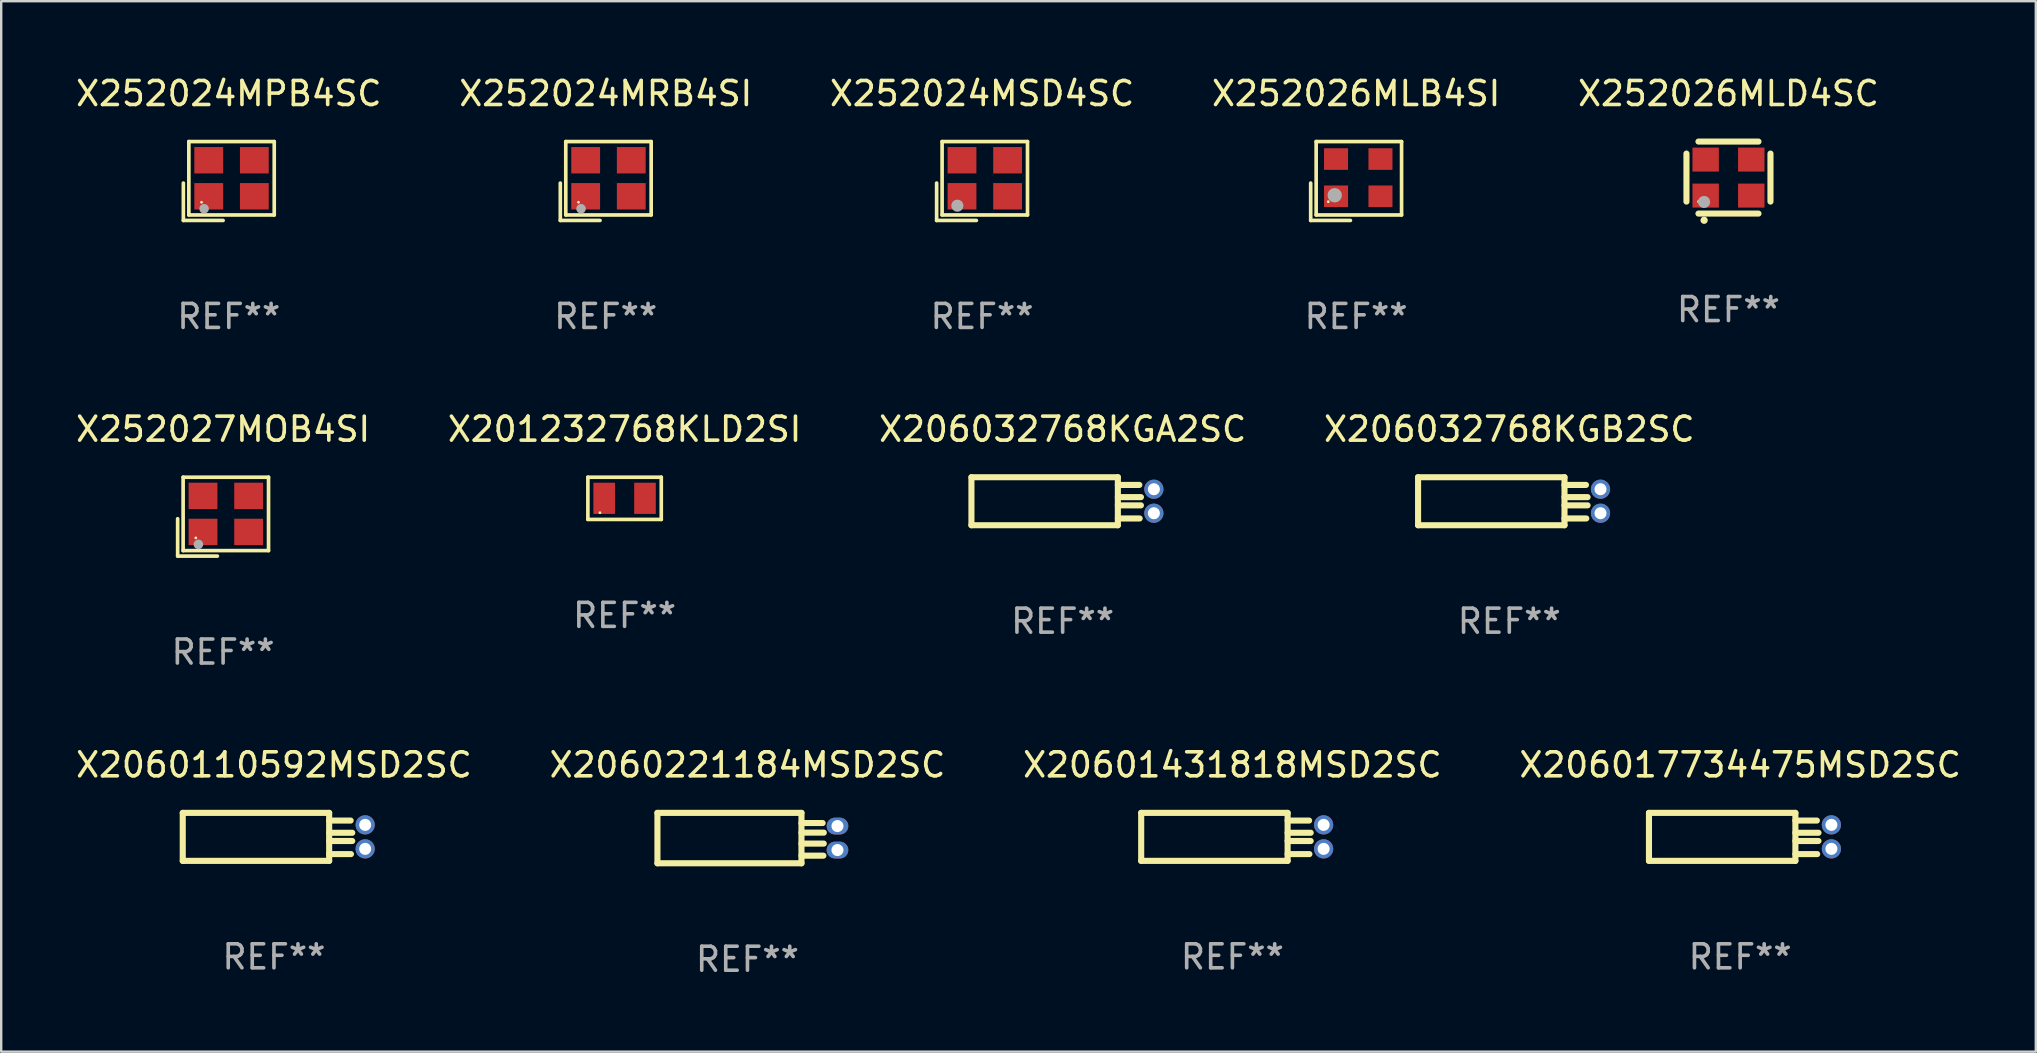
<source format=kicad_pcb>
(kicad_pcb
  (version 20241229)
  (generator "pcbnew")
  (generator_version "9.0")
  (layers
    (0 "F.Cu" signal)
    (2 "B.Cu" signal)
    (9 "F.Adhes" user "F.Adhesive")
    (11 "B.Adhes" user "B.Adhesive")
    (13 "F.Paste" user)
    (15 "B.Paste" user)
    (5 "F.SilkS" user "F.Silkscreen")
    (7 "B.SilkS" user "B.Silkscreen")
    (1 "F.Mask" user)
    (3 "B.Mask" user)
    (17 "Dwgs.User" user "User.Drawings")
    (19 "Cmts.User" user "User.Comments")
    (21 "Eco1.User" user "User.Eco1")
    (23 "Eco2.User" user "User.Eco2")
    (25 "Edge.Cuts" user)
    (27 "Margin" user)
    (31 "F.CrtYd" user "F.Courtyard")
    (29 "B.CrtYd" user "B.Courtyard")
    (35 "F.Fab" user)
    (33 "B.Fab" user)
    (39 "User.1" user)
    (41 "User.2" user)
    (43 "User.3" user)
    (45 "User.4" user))
  (footprint "X201232768KLD2SI"
    (layer "F.Cu")
    (at 22.97 17.71)
    (property "Reference" "X201232768KLD2SI" (at 0 -2.879 0) (layer "F.SilkS") (effects (font (size 1 1) (thickness 0.15))))
    (attr through_hole)
    (fp_line (start -1.529 -0.879) (end 1.529 -0.879) (stroke (width 0.152) (type solid)) (layer "F.SilkS"))
    (fp_line (start -1.529 0.879) (end -1.529 -0.879) (stroke (width 0.152) (type solid)) (layer "F.SilkS"))
    (fp_line (start 1.529 -0.879) (end 1.529 0.879) (stroke (width 0.152) (type solid)) (layer "F.SilkS"))
    (fp_line (start 1.529 0.879) (end -1.529 0.879) (stroke (width 0.152) (type solid)) (layer "F.SilkS"))
    (fp_circle (center -1.025 0.6) (end -0.995 0.6) (stroke (width 0.06) (type solid)) (fill no) (layer "F.SilkS"))
    (fp_text user "REF**" (at 0 4.879 0) (layer "F.Fab") (effects (font (size 1 1) (thickness 0.15))))
    (pad "1" smd rect (at -0.85 0) (size 0.9 1.3) (layers "F.Cu" "F.Mask" "F.Paste"))
    (pad "2" smd rect (at 0.85 0) (size 0.9 1.3) (layers "F.Cu" "F.Mask" "F.Paste")))
  (footprint "X2060110592MSD2SC"
    (layer "F.Cu")
    (at 8.363 31.814)
    (property "Reference" "X2060110592MSD2SC" (at 0 -3 0) (layer "F.SilkS") (effects (font (size 1 1) (thickness 0.15))))
    (attr through_hole)
    (fp_line (start -3.8 1) (end -3.8 -1) (stroke (width 0.254) (type solid)) (layer "F.SilkS"))
    (fp_line (start 2.3 -1) (end -3.8 -1) (stroke (width 0.254) (type solid)) (layer "F.SilkS"))
    (fp_line (start 2.3 -1) (end 2.3 1) (stroke (width 0.254) (type solid)) (layer "F.SilkS"))
    (fp_line (start 2.3 -0.679) (end 3.195 -0.679) (stroke (width 0.254) (type solid)) (layer "F.SilkS"))
    (fp_line (start 2.3 -0.171) (end 3.262 -0.171) (stroke (width 0.254) (type solid)) (layer "F.SilkS"))
    (fp_line (start 2.3 0.172) (end 3.261 0.172) (stroke (width 0.254) (type solid)) (layer "F.SilkS"))
    (fp_line (start 2.3 0.718) (end 3.208 0.718) (stroke (width 0.254) (type solid)) (layer "F.SilkS"))
    (fp_line (start 2.3 1) (end -3.8 1) (stroke (width 0.254) (type solid)) (layer "F.SilkS"))
    (fp_circle (center -3.8 -1) (end -3.77 -1) (stroke (width 0.06) (type solid)) (fill no) (layer "F.SilkS"))
    (fp_text user "REF**" (at 0 5 0) (layer "F.Fab") (effects (font (size 1 1) (thickness 0.15))))
    (pad "1" thru_hole circle (at 3.8 -0.5) (size 0.8 0.8) (drill 0.5) (layers "*.Cu" "*.Mask"))
    (pad "2" thru_hole circle (at 3.8 0.5) (size 0.8 0.8) (drill 0.5) (layers "*.Cu" "*.Mask")))
  (footprint "X252026MLB4SI"
    (layer "F.Cu")
    (at 53.446 4.491)
    (property "Reference" "X252026MLB4SI" (at 0 -3.643 0) (layer "F.SilkS") (effects (font (size 1 1) (thickness 0.15))))
    (attr through_hole)
    (fp_line (start -1.893 0.086) (end -1.893 1.643) (stroke (width 0.152) (type solid)) (layer "F.SilkS"))
    (fp_line (start -1.893 1.643) (end -0.237 1.643) (stroke (width 0.152) (type solid)) (layer "F.SilkS"))
    (fp_line (start -1.665 -1.643) (end 1.893 -1.643) (stroke (width 0.152) (type solid)) (layer "F.SilkS"))
    (fp_line (start -1.665 1.414) (end -1.665 -1.643) (stroke (width 0.152) (type solid)) (layer "F.SilkS"))
    (fp_line (start 1.893 -1.643) (end 1.893 1.414) (stroke (width 0.152) (type solid)) (layer "F.SilkS"))
    (fp_line (start 1.893 1.414) (end -1.665 1.414) (stroke (width 0.152) (type solid)) (layer "F.SilkS"))
    (fp_circle (center -1.161 0.861) (end -1.131 0.861) (stroke (width 0.06) (type solid)) (fill no) (layer "F.SilkS"))
    (fp_circle (center -0.892 0.593) (end -0.742 0.593) (stroke (width 0.3) (type solid)) (fill no) (layer "F.Fab"))
    (fp_text user "REF**" (at 0 5.643 0) (layer "F.Fab") (effects (font (size 1 1) (thickness 0.15))))
    (pad "1" smd rect (at -0.836 0.636) (size 1 0.9) (layers "F.Cu" "F.Mask" "F.Paste"))
    (pad "2" smd rect (at 1.014 0.636) (size 1 0.9) (layers "F.Cu" "F.Mask" "F.Paste"))
    (pad "3" smd rect (at 1.014 -0.915) (size 1 0.9) (layers "F.Cu" "F.Mask" "F.Paste"))
    (pad "4" smd rect (at -0.836 -0.915) (size 1 0.9) (layers "F.Cu" "F.Mask" "F.Paste")))
  (footprint "X206032768KGB2SC"
    (layer "F.Cu")
    (at 59.827 17.831)
    (property "Reference" "X206032768KGB2SC" (at 0 -3 0) (layer "F.SilkS") (effects (font (size 1 1) (thickness 0.15))))
    (attr through_hole)
    (fp_line (start -3.8 1) (end -3.8 -1) (stroke (width 0.254) (type solid)) (layer "F.SilkS"))
    (fp_line (start 2.3 -1) (end -3.8 -1) (stroke (width 0.254) (type solid)) (layer "F.SilkS"))
    (fp_line (start 2.3 -1) (end 2.3 1) (stroke (width 0.254) (type solid)) (layer "F.SilkS"))
    (fp_line (start 2.3 -0.679) (end 3.195 -0.679) (stroke (width 0.254) (type solid)) (layer "F.SilkS"))
    (fp_line (start 2.3 -0.171) (end 3.262 -0.171) (stroke (width 0.254) (type solid)) (layer "F.SilkS"))
    (fp_line (start 2.3 0.172) (end 3.261 0.172) (stroke (width 0.254) (type solid)) (layer "F.SilkS"))
    (fp_line (start 2.3 0.718) (end 3.208 0.718) (stroke (width 0.254) (type solid)) (layer "F.SilkS"))
    (fp_line (start 2.3 1) (end -3.8 1) (stroke (width 0.254) (type solid)) (layer "F.SilkS"))
    (fp_circle (center -3.8 -1) (end -3.77 -1) (stroke (width 0.06) (type solid)) (fill no) (layer "F.SilkS"))
    (fp_text user "REF**" (at 0 5 0) (layer "F.Fab") (effects (font (size 1 1) (thickness 0.15))))
    (pad "1" thru_hole circle (at 3.8 -0.5) (size 0.8 0.8) (drill 0.5) (layers "*.Cu" "*.Mask"))
    (pad "2" thru_hole circle (at 3.8 0.5) (size 0.8 0.8) (drill 0.5) (layers "*.Cu" "*.Mask")))
  (footprint "X252026MLD4SC"
    (layer "F.Cu")
    (at 68.958 4.348)
    (property "Reference" "X252026MLD4SC" (at 0 -3.5 0) (layer "F.SilkS") (effects (font (size 1 1) (thickness 0.15))))
    (attr through_hole)
    (fp_line (start -1.75 -1) (end -1.75 1) (stroke (width 0.254) (type solid)) (layer "F.SilkS"))
    (fp_line (start -1.25 -1.5) (end 1.25 -1.5) (stroke (width 0.254) (type solid)) (layer "F.SilkS"))
    (fp_line (start -1.25 1.5) (end 1.25 1.5) (stroke (width 0.254) (type solid)) (layer "F.SilkS"))
    (fp_line (start 1.75 -1) (end 1.75 1) (stroke (width 0.254) (type solid)) (layer "F.SilkS"))
    (fp_arc (start -1.016002 1.778004) (mid -1.014732 1.777999) (end -1.013462 1.778004) (stroke (width 0.3) (type solid)) (layer "F.SilkS"))
    (fp_circle (center -1.25 1) (end -1.22 1) (stroke (width 0.06) (type solid)) (fill no) (layer "F.SilkS"))
    (fp_circle (center -1.016 1.016) (end -0.889 1.016) (stroke (width 0.254) (type solid)) (fill no) (layer "F.Fab"))
    (fp_text user "REF**" (at 0 5.5 0) (layer "F.Fab") (effects (font (size 1 1) (thickness 0.15))))
    (pad "1" smd rect (at -0.95 0.75) (size 1.1 1) (layers "F.Cu" "F.Mask" "F.Paste"))
    (pad "2" smd rect (at 0.95 0.75) (size 1.1 1) (layers "F.Cu" "F.Mask" "F.Paste"))
    (pad "3" smd rect (at 0.95 -0.75) (size 1.1 1) (layers "F.Cu" "F.Mask" "F.Paste"))
    (pad "4" smd rect (at -0.95 -0.75) (size 1.1 1) (layers "F.Cu" "F.Mask" "F.Paste")))
  (footprint "X252024MPB4SC"
    (layer "F.Cu")
    (at 6.482 4.491)
    (property "Reference" "X252024MPB4SC" (at 0 -3.643 0) (layer "F.SilkS") (effects (font (size 1 1) (thickness 0.15))))
    (attr through_hole)
    (fp_line (start -1.893 0.086) (end -1.893 1.643) (stroke (width 0.152) (type solid)) (layer "F.SilkS"))
    (fp_line (start -1.893 1.643) (end -0.237 1.643) (stroke (width 0.152) (type solid)) (layer "F.SilkS"))
    (fp_line (start -1.665 -1.643) (end 1.893 -1.643) (stroke (width 0.152) (type solid)) (layer "F.SilkS"))
    (fp_line (start -1.665 1.414) (end -1.665 -1.643) (stroke (width 0.152) (type solid)) (layer "F.SilkS"))
    (fp_line (start 1.893 -1.643) (end 1.893 1.414) (stroke (width 0.152) (type solid)) (layer "F.SilkS"))
    (fp_line (start 1.893 1.414) (end -1.665 1.414) (stroke (width 0.152) (type solid)) (layer "F.SilkS"))
    (fp_circle (center -1.136 0.885) (end -1.106 0.885) (stroke (width 0.06) (type solid)) (fill no) (layer "F.SilkS"))
    (fp_circle (center -1.029 1.155) (end -0.929 1.155) (stroke (width 0.2) (type solid)) (fill no) (layer "F.Fab"))
    (fp_text user "REF**" (at 0 5.643 0) (layer "F.Fab") (effects (font (size 1 1) (thickness 0.15))))
    (pad "1" smd rect (at -0.836 0.636) (size 1.2 1.1) (layers "F.Cu" "F.Mask" "F.Paste"))
    (pad "2" smd rect (at 1.064 0.636) (size 1.2 1.1) (layers "F.Cu" "F.Mask" "F.Paste"))
    (pad "3" smd rect (at 1.064 -0.865) (size 1.2 1.1) (layers "F.Cu" "F.Mask" "F.Paste"))
    (pad "4" smd rect (at -0.836 -0.865) (size 1.2 1.1) (layers "F.Cu" "F.Mask" "F.Paste")))
  (footprint "X252024MRB4SI"
    (layer "F.Cu")
    (at 22.185 4.491)
    (property "Reference" "X252024MRB4SI" (at 0 -3.643 0) (layer "F.SilkS") (effects (font (size 1 1) (thickness 0.15))))
    (attr through_hole)
    (fp_line (start -1.893 0.086) (end -1.893 1.643) (stroke (width 0.152) (type solid)) (layer "F.SilkS"))
    (fp_line (start -1.893 1.643) (end -0.237 1.643) (stroke (width 0.152) (type solid)) (layer "F.SilkS"))
    (fp_line (start -1.665 -1.643) (end 1.893 -1.643) (stroke (width 0.152) (type solid)) (layer "F.SilkS"))
    (fp_line (start -1.665 1.414) (end -1.665 -1.643) (stroke (width 0.152) (type solid)) (layer "F.SilkS"))
    (fp_line (start 1.893 -1.643) (end 1.893 1.414) (stroke (width 0.152) (type solid)) (layer "F.SilkS"))
    (fp_line (start 1.893 1.414) (end -1.665 1.414) (stroke (width 0.152) (type solid)) (layer "F.SilkS"))
    (fp_circle (center -1.136 0.885) (end -1.106 0.885) (stroke (width 0.06) (type solid)) (fill no) (layer "F.SilkS"))
    (fp_circle (center -1.029 1.155) (end -0.929 1.155) (stroke (width 0.2) (type solid)) (fill no) (layer "F.Fab"))
    (fp_text user "REF**" (at 0 5.643 0) (layer "F.Fab") (effects (font (size 1 1) (thickness 0.15))))
    (pad "1" smd rect (at -0.836 0.636) (size 1.2 1.1) (layers "F.Cu" "F.Mask" "F.Paste"))
    (pad "2" smd rect (at 1.064 0.636) (size 1.2 1.1) (layers "F.Cu" "F.Mask" "F.Paste"))
    (pad "3" smd rect (at 1.064 -0.865) (size 1.2 1.1) (layers "F.Cu" "F.Mask" "F.Paste"))
    (pad "4" smd rect (at -0.836 -0.865) (size 1.2 1.1) (layers "F.Cu" "F.Mask" "F.Paste")))
  (footprint "X252024MSD4SC"
    (layer "F.Cu")
    (at 37.863 4.491)
    (property "Reference" "X252024MSD4SC" (at 0 -3.643 0) (layer "F.SilkS") (effects (font (size 1 1) (thickness 0.15))))
    (attr through_hole)
    (fp_line (start -1.893 0.086) (end -1.893 1.643) (stroke (width 0.152) (type solid)) (layer "F.SilkS"))
    (fp_line (start -1.893 1.643) (end -0.237 1.643) (stroke (width 0.152) (type solid)) (layer "F.SilkS"))
    (fp_line (start -1.665 -1.643) (end 1.893 -1.643) (stroke (width 0.152) (type solid)) (layer "F.SilkS"))
    (fp_line (start -1.665 1.414) (end -1.665 -1.643) (stroke (width 0.152) (type solid)) (layer "F.SilkS"))
    (fp_line (start 1.893 -1.643) (end 1.893 1.414) (stroke (width 0.152) (type solid)) (layer "F.SilkS"))
    (fp_line (start 1.893 1.414) (end -1.665 1.414) (stroke (width 0.152) (type solid)) (layer "F.SilkS"))
    (fp_circle (center -1.136 0.885) (end -1.106 0.885) (stroke (width 0.06) (type solid)) (fill no) (layer "F.SilkS"))
    (fp_circle (center -1.029 1.028) (end -0.902 1.028) (stroke (width 0.254) (type solid)) (fill no) (layer "F.Fab"))
    (fp_text user "REF**" (at 0 5.643 0) (layer "F.Fab") (effects (font (size 1 1) (thickness 0.15))))
    (pad "1" smd rect (at -0.836 0.636) (size 1.2 1.1) (layers "F.Cu" "F.Mask" "F.Paste"))
    (pad "2" smd rect (at 1.064 0.636) (size 1.2 1.1) (layers "F.Cu" "F.Mask" "F.Paste"))
    (pad "3" smd rect (at 1.064 -0.865) (size 1.2 1.1) (layers "F.Cu" "F.Mask" "F.Paste"))
    (pad "4" smd rect (at -0.836 -0.865) (size 1.2 1.1) (layers "F.Cu" "F.Mask" "F.Paste")))
  (footprint "X206017734475MSD2SC"
    (layer "F.Cu")
    (at 69.446 31.814)
    (property "Reference" "X206017734475MSD2SC" (at 0 -3 0) (layer "F.SilkS") (effects (font (size 1 1) (thickness 0.15))))
    (attr through_hole)
    (fp_line (start -3.8 1) (end -3.8 -1) (stroke (width 0.254) (type solid)) (layer "F.SilkS"))
    (fp_line (start 2.3 -1) (end -3.8 -1) (stroke (width 0.254) (type solid)) (layer "F.SilkS"))
    (fp_line (start 2.3 -1) (end 2.3 1) (stroke (width 0.254) (type solid)) (layer "F.SilkS"))
    (fp_line (start 2.3 -0.679) (end 3.195 -0.679) (stroke (width 0.254) (type solid)) (layer "F.SilkS"))
    (fp_line (start 2.3 -0.171) (end 3.262 -0.171) (stroke (width 0.254) (type solid)) (layer "F.SilkS"))
    (fp_line (start 2.3 0.172) (end 3.261 0.172) (stroke (width 0.254) (type solid)) (layer "F.SilkS"))
    (fp_line (start 2.3 0.718) (end 3.208 0.718) (stroke (width 0.254) (type solid)) (layer "F.SilkS"))
    (fp_line (start 2.3 1) (end -3.8 1) (stroke (width 0.254) (type solid)) (layer "F.SilkS"))
    (fp_circle (center -3.8 -1) (end -3.77 -1) (stroke (width 0.06) (type solid)) (fill no) (layer "F.SilkS"))
    (fp_text user "REF**" (at 0 5 0) (layer "F.Fab") (effects (font (size 1 1) (thickness 0.15))))
    (pad "1" thru_hole circle (at 3.8 -0.5) (size 0.8 0.8) (drill 0.5) (layers "*.Cu" "*.Mask"))
    (pad "2" thru_hole circle (at 3.8 0.5) (size 0.8 0.8) (drill 0.5) (layers "*.Cu" "*.Mask")))
  (footprint "X206032768KGA2SC"
    (layer "F.Cu")
    (at 41.22 17.831)
    (property "Reference" "X206032768KGA2SC" (at 0 -3 0) (layer "F.SilkS") (effects (font (size 1 1) (thickness 0.15))))
    (attr through_hole)
    (fp_line (start -3.8 1) (end -3.8 -1) (stroke (width 0.254) (type solid)) (layer "F.SilkS"))
    (fp_line (start 2.3 -1) (end -3.8 -1) (stroke (width 0.254) (type solid)) (layer "F.SilkS"))
    (fp_line (start 2.3 -1) (end 2.3 1) (stroke (width 0.254) (type solid)) (layer "F.SilkS"))
    (fp_line (start 2.3 -0.679) (end 3.195 -0.679) (stroke (width 0.254) (type solid)) (layer "F.SilkS"))
    (fp_line (start 2.3 -0.171) (end 3.262 -0.171) (stroke (width 0.254) (type solid)) (layer "F.SilkS"))
    (fp_line (start 2.3 0.172) (end 3.261 0.172) (stroke (width 0.254) (type solid)) (layer "F.SilkS"))
    (fp_line (start 2.3 0.718) (end 3.208 0.718) (stroke (width 0.254) (type solid)) (layer "F.SilkS"))
    (fp_line (start 2.3 1) (end -3.8 1) (stroke (width 0.254) (type solid)) (layer "F.SilkS"))
    (fp_circle (center -3.8 -1) (end -3.77 -1) (stroke (width 0.06) (type solid)) (fill no) (layer "F.SilkS"))
    (fp_text user "REF**" (at 0 5 0) (layer "F.Fab") (effects (font (size 1 1) (thickness 0.15))))
    (pad "1" thru_hole circle (at 3.8 -0.5) (size 0.8 0.8) (drill 0.5) (layers "*.Cu" "*.Mask"))
    (pad "2" thru_hole circle (at 3.8 0.5) (size 0.8 0.8) (drill 0.5) (layers "*.Cu" "*.Mask")))
  (footprint "X252027MOB4SI"
    (layer "F.Cu")
    (at 6.244 18.474)
    (property "Reference" "X252027MOB4SI" (at 0 -3.643 0) (layer "F.SilkS") (effects (font (size 1 1) (thickness 0.15))))
    (attr through_hole)
    (fp_line (start -1.893 0.086) (end -1.893 1.643) (stroke (width 0.152) (type solid)) (layer "F.SilkS"))
    (fp_line (start -1.893 1.643) (end -0.237 1.643) (stroke (width 0.152) (type solid)) (layer "F.SilkS"))
    (fp_line (start -1.665 -1.643) (end 1.893 -1.643) (stroke (width 0.152) (type solid)) (layer "F.SilkS"))
    (fp_line (start -1.665 1.414) (end -1.665 -1.643) (stroke (width 0.152) (type solid)) (layer "F.SilkS"))
    (fp_line (start 1.893 -1.643) (end 1.893 1.414) (stroke (width 0.152) (type solid)) (layer "F.SilkS"))
    (fp_line (start 1.893 1.414) (end -1.665 1.414) (stroke (width 0.152) (type solid)) (layer "F.SilkS"))
    (fp_circle (center -1.136 0.885) (end -1.106 0.885) (stroke (width 0.06) (type solid)) (fill no) (layer "F.SilkS"))
    (fp_circle (center -1.029 1.155) (end -0.929 1.155) (stroke (width 0.2) (type solid)) (fill no) (layer "F.Fab"))
    (fp_text user "REF**" (at 0 5.643 0) (layer "F.Fab") (effects (font (size 1 1) (thickness 0.15))))
    (pad "1" smd rect (at -0.836 0.636) (size 1.2 1.1) (layers "F.Cu" "F.Mask" "F.Paste"))
    (pad "2" smd rect (at 1.064 0.636) (size 1.2 1.1) (layers "F.Cu" "F.Mask" "F.Paste"))
    (pad "3" smd rect (at 1.064 -0.865) (size 1.2 1.1) (layers "F.Cu" "F.Mask" "F.Paste"))
    (pad "4" smd rect (at -0.836 -0.865) (size 1.2 1.1) (layers "F.Cu" "F.Mask" "F.Paste")))
  (footprint "X2060221184MSD2SC"
    (layer "F.Cu")
    (at 28.089 31.864)
    (property "Reference" "X2060221184MSD2SC" (at 0 -3.05 0) (layer "F.SilkS") (effects (font (size 1 1) (thickness 0.15))))
    (attr through_hole)
    (fp_line (start -3.75 -1.05) (end -3.75 1.05) (stroke (width 0.254) (type solid)) (layer "F.SilkS"))
    (fp_line (start 2.25 -1.05) (end -3.75 -1.05) (stroke (width 0.254) (type solid)) (layer "F.SilkS"))
    (fp_line (start 2.25 -1.05) (end 2.25 1.05) (stroke (width 0.254) (type solid)) (layer "F.SilkS"))
    (fp_line (start 2.25 -0.626) (end 3.132 -0.626) (stroke (width 0.254) (type solid)) (layer "F.SilkS"))
    (fp_line (start 2.25 -0.226) (end 3.181 -0.226) (stroke (width 0.254) (type solid)) (layer "F.SilkS"))
    (fp_line (start 2.25 0.23) (end 3.18 0.23) (stroke (width 0.254) (type solid)) (layer "F.SilkS"))
    (fp_line (start 2.25 0.733) (end 3.164 0.733) (stroke (width 0.254) (type solid)) (layer "F.SilkS"))
    (fp_line (start 2.25 1.05) (end -3.75 1.05) (stroke (width 0.254) (type solid)) (layer "F.SilkS"))
    (fp_circle (center -3.74 -0.98) (end -3.71 -0.98) (stroke (width 0.06) (type solid)) (fill no) (layer "F.SilkS"))
    (fp_text user "REF**" (at 0 5.05 0) (layer "F.Fab") (effects (font (size 1 1) (thickness 0.15))))
    (pad "1" thru_hole oval (at 3.75 -0.5) (size 0.9 0.7) (drill 0.5) (layers "*.Cu" "*.Mask"))
    (pad "2" thru_hole oval (at 3.75 0.5) (size 0.9 0.7) (drill 0.5) (layers "*.Cu" "*.Mask")))
  (footprint "X20601431818MSD2SC"
    (layer "F.Cu")
    (at 48.292 31.814)
    (property "Reference" "X20601431818MSD2SC" (at 0 -3 0) (layer "F.SilkS") (effects (font (size 1 1) (thickness 0.15))))
    (attr through_hole)
    (fp_line (start -3.8 1) (end -3.8 -1) (stroke (width 0.254) (type solid)) (layer "F.SilkS"))
    (fp_line (start 2.3 -1) (end -3.8 -1) (stroke (width 0.254) (type solid)) (layer "F.SilkS"))
    (fp_line (start 2.3 -1) (end 2.3 1) (stroke (width 0.254) (type solid)) (layer "F.SilkS"))
    (fp_line (start 2.3 -0.679) (end 3.195 -0.679) (stroke (width 0.254) (type solid)) (layer "F.SilkS"))
    (fp_line (start 2.3 -0.171) (end 3.262 -0.171) (stroke (width 0.254) (type solid)) (layer "F.SilkS"))
    (fp_line (start 2.3 0.172) (end 3.261 0.172) (stroke (width 0.254) (type solid)) (layer "F.SilkS"))
    (fp_line (start 2.3 0.718) (end 3.208 0.718) (stroke (width 0.254) (type solid)) (layer "F.SilkS"))
    (fp_line (start 2.3 1) (end -3.8 1) (stroke (width 0.254) (type solid)) (layer "F.SilkS"))
    (fp_circle (center -3.8 -1) (end -3.77 -1) (stroke (width 0.06) (type solid)) (fill no) (layer "F.SilkS"))
    (fp_text user "REF**" (at 0 5 0) (layer "F.Fab") (effects (font (size 1 1) (thickness 0.15))))
    (pad "1" thru_hole circle (at 3.8 -0.5) (size 0.8 0.8) (drill 0.5) (layers "*.Cu" "*.Mask"))
    (pad "2" thru_hole circle (at 3.8 0.5) (size 0.8 0.8) (drill 0.5) (layers "*.Cu" "*.Mask")))
  (gr_rect
    (start -3 -3)
    (end 81.762 40.762)
    (stroke (width 0.1) (type default))
    (fill no)
    (layer "Edge.Cuts")))
</source>
